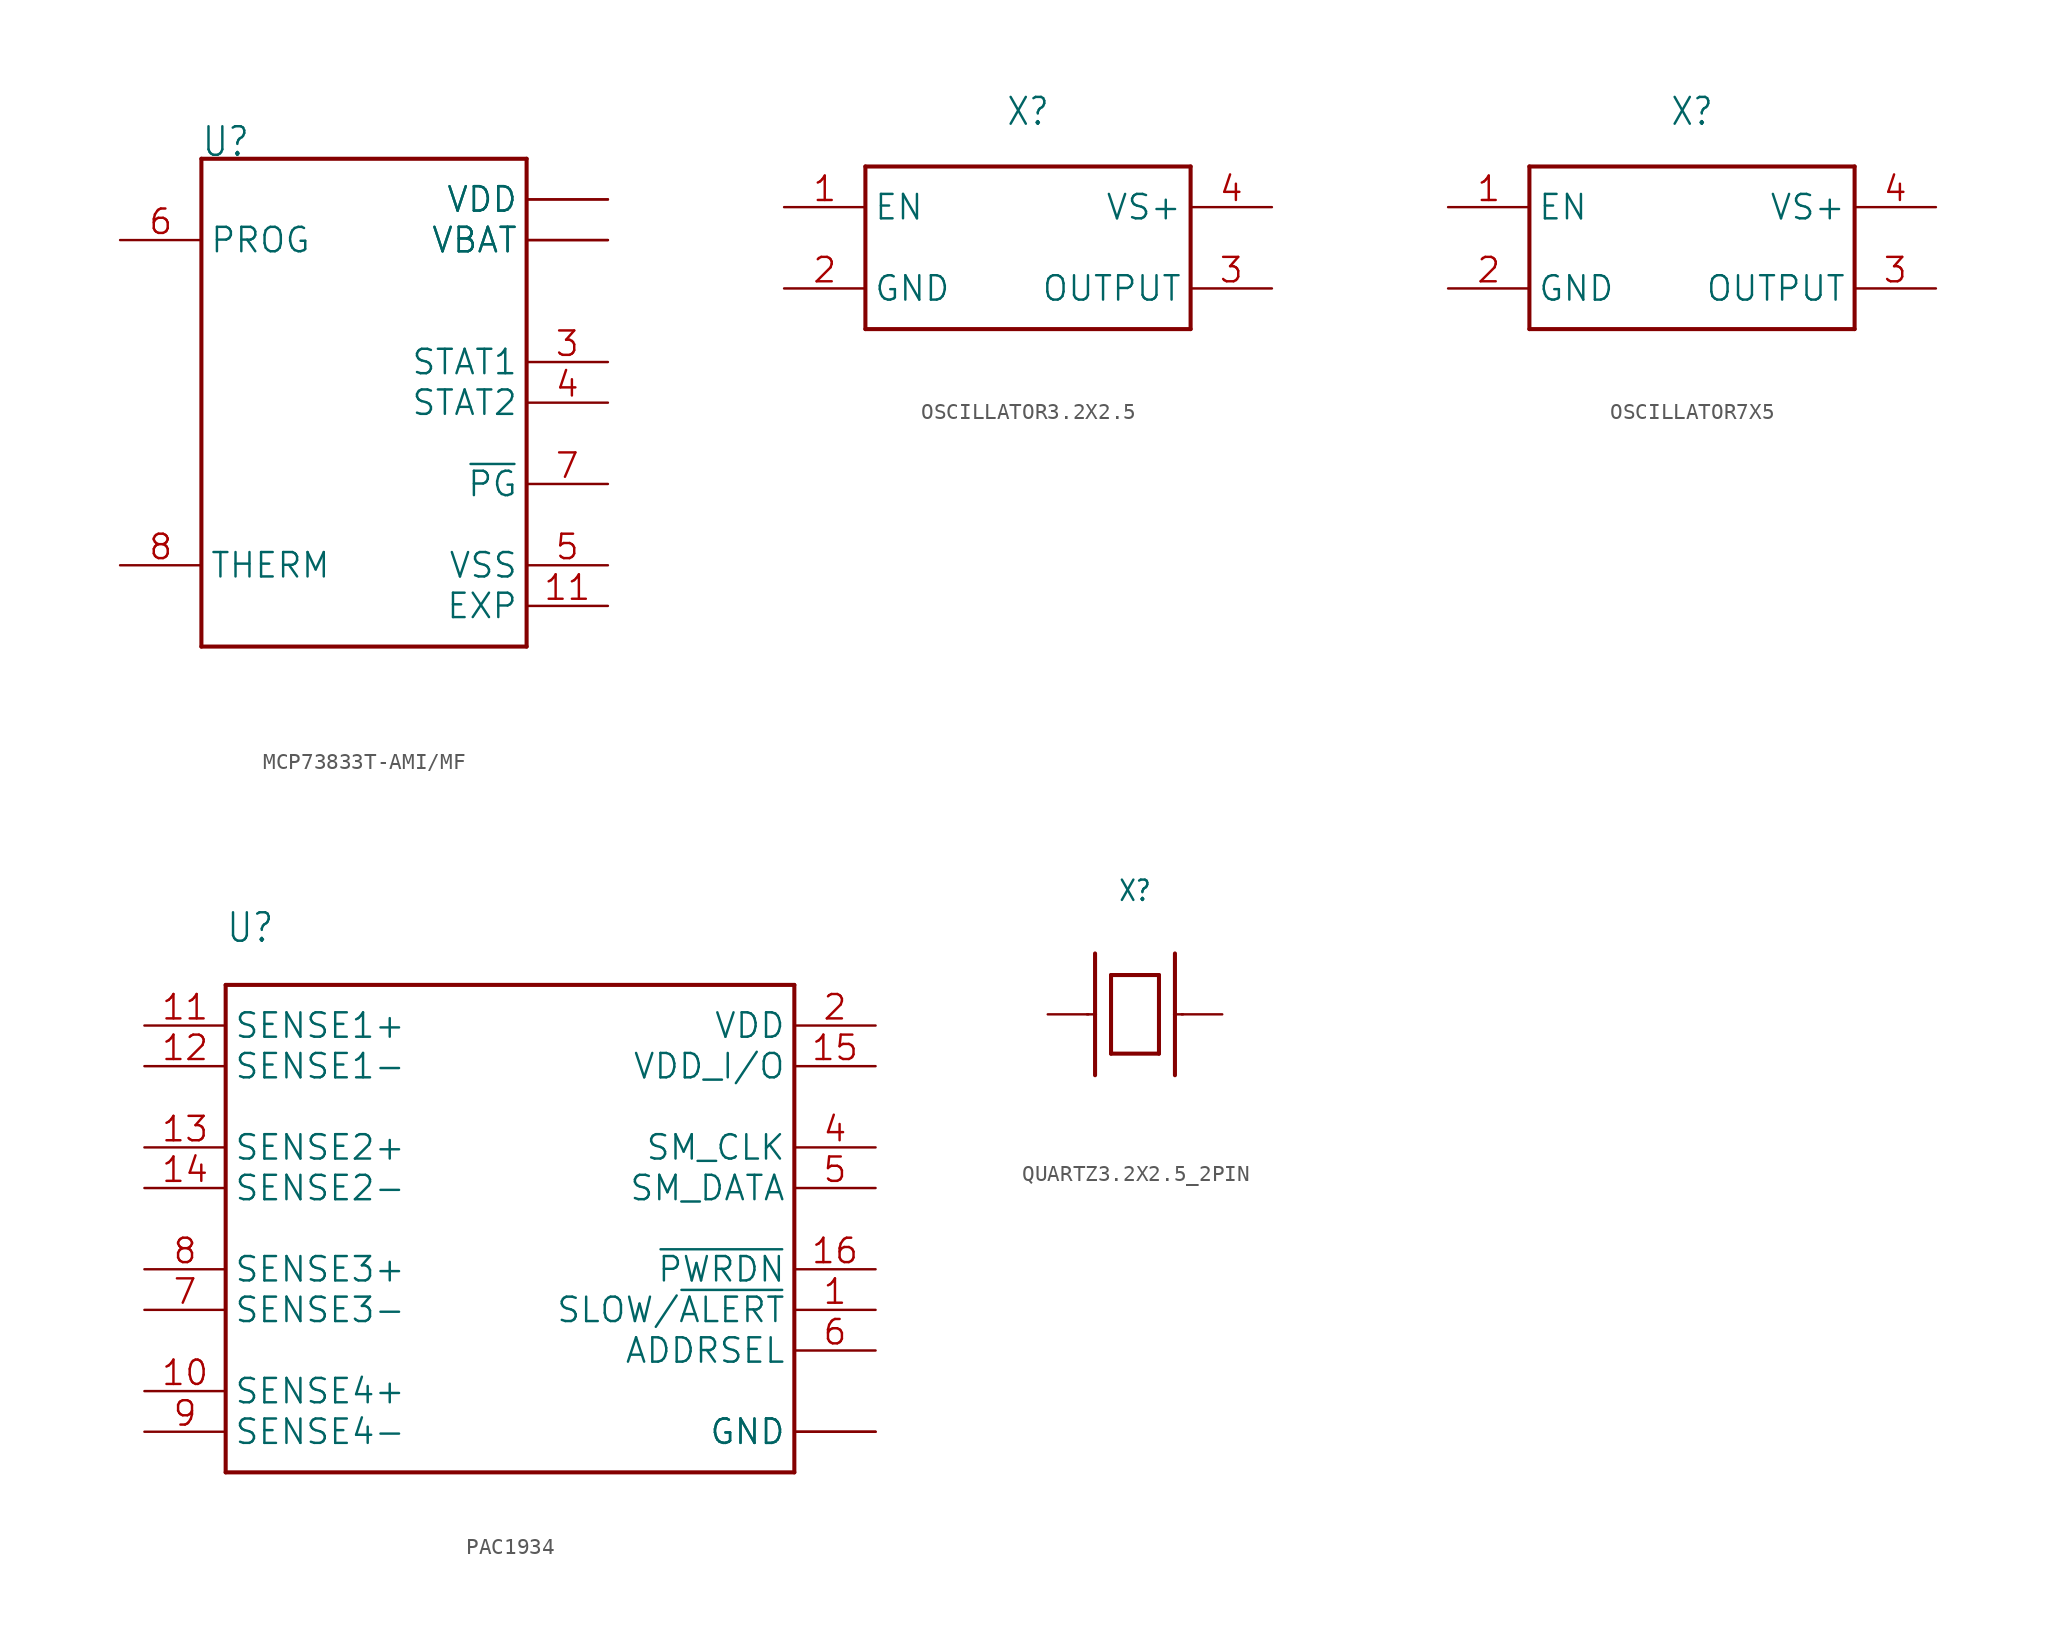
<source format=kicad_sym>
(kicad_symbol_lib
  (version 20241209)
  (generator "kicad_symbol_editor")
  (generator_version "9.0")
  (symbol "MCP73833T-AMI/MF"
    (property "Reference" "U"
      (at -10.177 15.265 0)
      (effects (font (size 1.781 1.514)) (justify left bottom)))
    (property "Value" ""
      (at -10.181 -17.816 0)
      (effects (font (size 1.782 1.514)) (justify left bottom)))
    (property "ki_locked" ""
      (at 0 0 0)
      (effects (font (size 1.27 1.27))))
    (symbol "MCP73833T-AMI/MF_1_0"
      (polyline (pts (xy -10.16 15.24) (xy 10.16 15.24)) (stroke (width 0.254) (type solid)) (fill (type none)))
      (polyline (pts (xy -10.16 -15.24) (xy -10.16 15.24)) (stroke (width 0.254) (type solid)) (fill (type none)))
      (polyline (pts (xy 10.16 15.24) (xy 10.16 -15.24)) (stroke (width 0.254) (type solid)) (fill (type none)))
      (polyline (pts (xy 10.16 -15.24) (xy -10.16 -15.24)) (stroke (width 0.254) (type solid)) (fill (type none)))
      (pin bidirectional line (at -15.24 10.16 0) (length 5.08) (name "PROG" (effects (font (size 1.524 1.524)))) (number "6" (effects (font (size 1.524 1.524)))))
      (pin bidirectional line (at -15.24 -10.16 0) (length 5.08) (name "THERM" (effects (font (size 1.524 1.524)))) (number "8" (effects (font (size 1.524 1.524)))))
      (pin bidirectional line (at 15.24 12.7 180) (length 5.08) (name "VDD" (effects (font (size 1.524 1.524)))) (number "1" (effects (font (size 0 0)))))
      (pin bidirectional line (at 15.24 12.7 180) (length 5.08) (name "VDD" (effects (font (size 1.524 1.524)))) (number "2" (effects (font (size 0 0)))))
      (pin bidirectional line (at 15.24 10.16 180) (length 5.08) (name "VBAT" (effects (font (size 1.524 1.524)))) (number "10" (effects (font (size 0 0)))))
      (pin bidirectional line (at 15.24 10.16 180) (length 5.08) (name "VBAT" (effects (font (size 1.524 1.524)))) (number "9" (effects (font (size 0 0)))))
      (pin bidirectional line (at 15.24 2.54 180) (length 5.08) (name "STAT1" (effects (font (size 1.524 1.524)))) (number "3" (effects (font (size 1.524 1.524)))))
      (pin bidirectional line (at 15.24 0 180) (length 5.08) (name "STAT2" (effects (font (size 1.524 1.524)))) (number "4" (effects (font (size 1.524 1.524)))))
      (pin bidirectional line (at 15.24 -5.08 180) (length 5.08) (name "~{PG}" (effects (font (size 1.524 1.524)))) (number "7" (effects (font (size 1.524 1.524)))))
      (pin bidirectional line (at 15.24 -10.16 180) (length 5.08) (name "VSS" (effects (font (size 1.524 1.524)))) (number "5" (effects (font (size 1.524 1.524)))))
      (pin bidirectional line (at 15.24 -12.7 180) (length 5.08) (name "EXP" (effects (font (size 1.524 1.524)))) (number "11" (effects (font (size 1.524 1.524)))))))
  (symbol "OSCILLATOR3.2X2.5"
    (property "Reference" "X"
      (at 0 7.54 0)
      (effects (font (size 1.676 1.425)) (justify bottom)))
    (property "Value" ""
      (at 0 -7 0)
      (effects (font (size 1.676 1.425)) (justify top)))
    (property "ki_locked" ""
      (at 0 0 0)
      (effects (font (size 1.27 1.27))))
    (symbol "OSCILLATOR3.2X2.5_1_0"
      (polyline (pts (xy -10.16 5.08) (xy 10.16 5.08)) (stroke (width 0.254) (type solid)) (fill (type none)))
      (polyline (pts (xy -10.16 -5.08) (xy -10.16 5.08)) (stroke (width 0.254) (type solid)) (fill (type none)))
      (polyline (pts (xy 10.16 5.08) (xy 10.16 -5.08)) (stroke (width 0.254) (type solid)) (fill (type none)))
      (polyline (pts (xy 10.16 -5.08) (xy -10.16 -5.08)) (stroke (width 0.254) (type solid)) (fill (type none)))
      (pin bidirectional line (at -15.24 2.54 0) (length 5.08) (name "EN" (effects (font (size 1.524 1.524)))) (number "1" (effects (font (size 1.524 1.524)))))
      (pin bidirectional line (at -15.24 -2.54 0) (length 5.08) (name "GND" (effects (font (size 1.524 1.524)))) (number "2" (effects (font (size 1.524 1.524)))))
      (pin bidirectional line (at 15.24 2.54 180) (length 5.08) (name "VS+" (effects (font (size 1.524 1.524)))) (number "4" (effects (font (size 1.524 1.524)))))
      (pin bidirectional line (at 15.24 -2.54 180) (length 5.08) (name "OUTPUT" (effects (font (size 1.524 1.524)))) (number "3" (effects (font (size 1.524 1.524)))))))
  (symbol "OSCILLATOR7X5"
    (property "Reference" "X"
      (at 0 7.54 0)
      (effects (font (size 1.676 1.425)) (justify bottom)))
    (property "Value" ""
      (at 0 -7 0)
      (effects (font (size 1.676 1.425)) (justify top)))
    (property "ki_locked" ""
      (at 0 0 0)
      (effects (font (size 1.27 1.27))))
    (symbol "OSCILLATOR7X5_1_0"
      (polyline (pts (xy -10.16 5.08) (xy 10.16 5.08)) (stroke (width 0.254) (type solid)) (fill (type none)))
      (polyline (pts (xy -10.16 -5.08) (xy -10.16 5.08)) (stroke (width 0.254) (type solid)) (fill (type none)))
      (polyline (pts (xy 10.16 5.08) (xy 10.16 -5.08)) (stroke (width 0.254) (type solid)) (fill (type none)))
      (polyline (pts (xy 10.16 -5.08) (xy -10.16 -5.08)) (stroke (width 0.254) (type solid)) (fill (type none)))
      (pin bidirectional line (at -15.24 2.54 0) (length 5.08) (name "EN" (effects (font (size 1.524 1.524)))) (number "1" (effects (font (size 1.524 1.524)))))
      (pin bidirectional line (at -15.24 -2.54 0) (length 5.08) (name "GND" (effects (font (size 1.524 1.524)))) (number "2" (effects (font (size 1.524 1.524)))))
      (pin bidirectional line (at 15.24 2.54 180) (length 5.08) (name "VS+" (effects (font (size 1.524 1.524)))) (number "4" (effects (font (size 1.524 1.524)))))
      (pin bidirectional line (at 15.24 -2.54 180) (length 5.08) (name "OUTPUT" (effects (font (size 1.524 1.524)))) (number "3" (effects (font (size 1.524 1.524)))))))
  (symbol "PAC1934"
    (property "Reference" "U"
      (at -17.78 17.78 0)
      (effects (font (size 1.778 1.511)) (justify left bottom)))
    (property "Value" ""
      (at -5.08 17.78 0)
      (effects (font (size 1.778 1.511)) (justify left bottom)))
    (property "ki_locked" ""
      (at 0 0 0)
      (effects (font (size 1.27 1.27))))
    (symbol "PAC1934_1_0"
      (polyline (pts (xy -17.78 15.24) (xy -17.78 -15.24)) (stroke (width 0.254) (type solid)) (fill (type none)))
      (polyline (pts (xy -17.78 -15.24) (xy 17.78 -15.24)) (stroke (width 0.254) (type solid)) (fill (type none)))
      (polyline (pts (xy 17.78 15.24) (xy -17.78 15.24)) (stroke (width 0.254) (type solid)) (fill (type none)))
      (polyline (pts (xy 17.78 -15.24) (xy 17.78 15.24)) (stroke (width 0.254) (type solid)) (fill (type none)))
      (pin bidirectional line (at -22.86 12.7 0) (length 5.08) (name "SENSE1+" (effects (font (size 1.524 1.524)))) (number "11" (effects (font (size 1.524 1.524)))))
      (pin bidirectional line (at -22.86 10.16 0) (length 5.08) (name "SENSE1-" (effects (font (size 1.524 1.524)))) (number "12" (effects (font (size 1.524 1.524)))))
      (pin bidirectional line (at -22.86 5.08 0) (length 5.08) (name "SENSE2+" (effects (font (size 1.524 1.524)))) (number "13" (effects (font (size 1.524 1.524)))))
      (pin bidirectional line (at -22.86 2.54 0) (length 5.08) (name "SENSE2-" (effects (font (size 1.524 1.524)))) (number "14" (effects (font (size 1.524 1.524)))))
      (pin bidirectional line (at -22.86 -2.54 0) (length 5.08) (name "SENSE3+" (effects (font (size 1.524 1.524)))) (number "8" (effects (font (size 1.524 1.524)))))
      (pin bidirectional line (at -22.86 -5.08 0) (length 5.08) (name "SENSE3-" (effects (font (size 1.524 1.524)))) (number "7" (effects (font (size 1.524 1.524)))))
      (pin bidirectional line (at -22.86 -10.16 0) (length 5.08) (name "SENSE4+" (effects (font (size 1.524 1.524)))) (number "10" (effects (font (size 1.524 1.524)))))
      (pin bidirectional line (at -22.86 -12.7 0) (length 5.08) (name "SENSE4-" (effects (font (size 1.524 1.524)))) (number "9" (effects (font (size 1.524 1.524)))))
      (pin bidirectional line (at 22.86 12.7 180) (length 5.08) (name "VDD" (effects (font (size 1.524 1.524)))) (number "2" (effects (font (size 1.524 1.524)))))
      (pin bidirectional line (at 22.86 10.16 180) (length 5.08) (name "VDD_I/O" (effects (font (size 1.524 1.524)))) (number "15" (effects (font (size 1.524 1.524)))))
      (pin bidirectional line (at 22.86 5.08 180) (length 5.08) (name "SM_CLK" (effects (font (size 1.524 1.524)))) (number "4" (effects (font (size 1.524 1.524)))))
      (pin bidirectional line (at 22.86 2.54 180) (length 5.08) (name "SM_DATA" (effects (font (size 1.524 1.524)))) (number "5" (effects (font (size 1.524 1.524)))))
      (pin bidirectional line (at 22.86 -2.54 180) (length 5.08) (name "~{PWRDN}" (effects (font (size 1.524 1.524)))) (number "16" (effects (font (size 1.524 1.524)))))
      (pin bidirectional line (at 22.86 -5.08 180) (length 5.08) (name "SLOW/~{ALERT}" (effects (font (size 1.524 1.524)))) (number "1" (effects (font (size 1.524 1.524)))))
      (pin bidirectional line (at 22.86 -7.62 180) (length 5.08) (name "ADDRSEL" (effects (font (size 1.524 1.524)))) (number "6" (effects (font (size 1.524 1.524)))))
      (pin bidirectional line (at 22.86 -12.7 180) (length 5.08) (name "GND" (effects (font (size 1.524 1.524)))) (number "17" (effects (font (size 0 0)))))
      (pin bidirectional line (at 22.86 -12.7 180) (length 5.08) (name "GND" (effects (font (size 1.524 1.524)))) (number "3" (effects (font (size 0 0)))))))
  (symbol "QUARTZ3.2X2.5_2PIN"
    (property "Reference" "X"
      (at 0 7 0)
      (effects (font (size 1.27 1.079)) (justify bottom)))
    (property "Value" ""
      (at 0 -7 0)
      (effects (font (size 1.27 1.079)) (justify top)))
    (property "ki_locked" ""
      (at 0 0 0)
      (effects (font (size 1.27 1.27))))
    (symbol "QUARTZ3.2X2.5_2PIN_1_0"
      (polyline (pts (xy -3 0) (xy -2.5 0)) (stroke (width 0.152) (type solid)) (fill (type none)))
      (polyline (pts (xy -2.5 3.81) (xy -2.5 0)) (stroke (width 0.254) (type solid)) (fill (type none)))
      (polyline (pts (xy -2.5 0) (xy -2.5 -3.81)) (stroke (width 0.254) (type solid)) (fill (type none)))
      (polyline (pts (xy -1.5 2.46) (xy -1.5 -2.46)) (stroke (width 0.254) (type solid)) (fill (type none)))
      (polyline (pts (xy -1.5 -2.46) (xy 1.5 -2.46)) (stroke (width 0.254) (type solid)) (fill (type none)))
      (polyline (pts (xy 1.5 2.46) (xy -1.5 2.46)) (stroke (width 0.254) (type solid)) (fill (type none)))
      (polyline (pts (xy 1.5 -2.46) (xy 1.5 2.46)) (stroke (width 0.254) (type solid)) (fill (type none)))
      (polyline (pts (xy 2.5 3.81) (xy 2.5 0)) (stroke (width 0.254) (type solid)) (fill (type none)))
      (polyline (pts (xy 2.5 0) (xy 2.5 -3.81)) (stroke (width 0.254) (type solid)) (fill (type none)))
      (polyline (pts (xy 2.5 0) (xy 3 0)) (stroke (width 0.152) (type solid)) (fill (type none)))
      (pin bidirectional line (at -5.46 0 0) (length 2.54) (name "P$1" (effects (font (size 0 0)))) (number "1" (effects (font (size 0 0)))))
      (pin bidirectional line (at 5.46 0 180) (length 2.54) (name "P$2" (effects (font (size 0 0)))) (number "2" (effects (font (size 0 0))))))))
</source>
